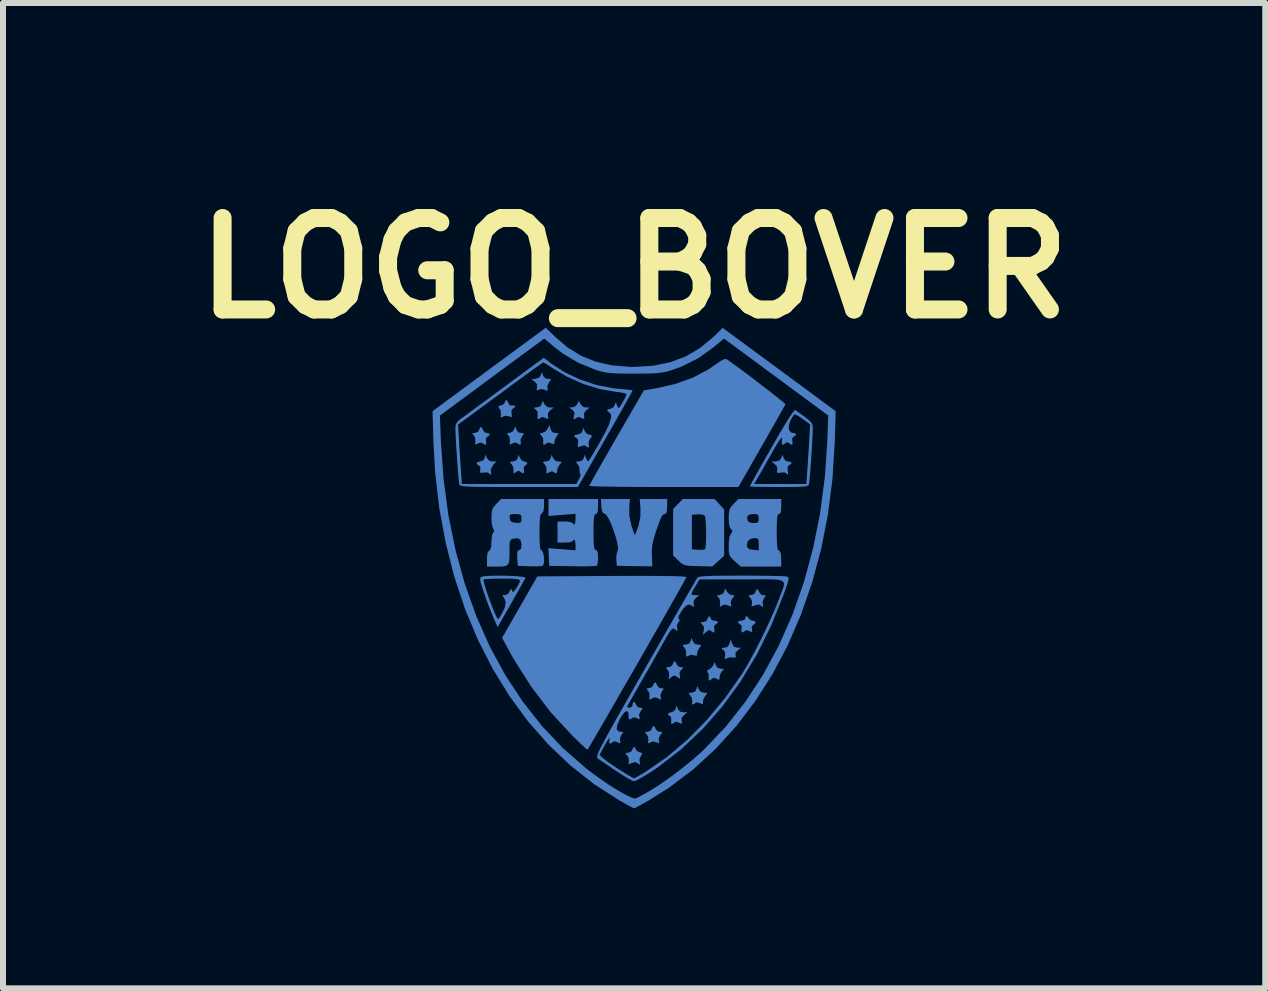
<source format=kicad_pcb>
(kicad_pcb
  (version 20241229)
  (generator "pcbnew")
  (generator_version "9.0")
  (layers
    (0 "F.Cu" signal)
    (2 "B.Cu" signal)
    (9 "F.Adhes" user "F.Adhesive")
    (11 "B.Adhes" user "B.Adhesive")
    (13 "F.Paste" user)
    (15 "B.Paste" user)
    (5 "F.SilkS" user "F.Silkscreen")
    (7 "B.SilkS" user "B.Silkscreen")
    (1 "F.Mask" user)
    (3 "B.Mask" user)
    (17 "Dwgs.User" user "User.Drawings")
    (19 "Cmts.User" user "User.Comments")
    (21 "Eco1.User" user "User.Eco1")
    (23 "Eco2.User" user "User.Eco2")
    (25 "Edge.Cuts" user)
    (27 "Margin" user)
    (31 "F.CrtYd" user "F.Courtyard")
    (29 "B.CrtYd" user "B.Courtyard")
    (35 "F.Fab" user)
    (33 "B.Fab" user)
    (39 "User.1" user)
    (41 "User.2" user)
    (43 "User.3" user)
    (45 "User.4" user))
  (footprint "LOGO_BOVER"
    (layer "F.Cu")
    (at 7.518 6.418)
    (property "Reference" "LOGO_BOVER" (at 0 -5 0) (layer "F.SilkS") (effects (font (size 1.524 1.524) (thickness 0.3))))
    (attr board_only exclude_from_pos_files exclude_from_bom)
    (fp_poly (pts (xy -1.516 -3.209) (xy -1.482 -3.163) (xy -1.433 -3.153) (xy -1.389 -3.15) (xy -1.388 -3.134) (xy -1.413 -3.104) (xy -1.444 -3.045) (xy -1.444 -3.004) (xy -1.441 -2.961) (xy -1.466 -2.958) (xy -1.5 -2.977) (xy -1.555 -2.984) (xy -1.585 -2.973) (xy -1.62 -2.96) (xy -1.624 -2.981) (xy -1.618 -3.006) (xy -1.62 -3.064) (xy -1.658 -3.109) (xy -1.714 -3.152) (xy -1.649 -3.153) (xy -1.585 -3.174) (xy -1.559 -3.209) (xy -1.534 -3.266)) (stroke (width 0) (type solid)) (fill yes) (layer "B.Cu"))
    (fp_poly (pts (xy -1.496 -2.734) (xy -1.448 -2.686) (xy -1.404 -2.677) (xy -1.339 -2.677) (xy -1.395 -2.633) (xy -1.435 -2.584) (xy -1.435 -2.531) (xy -1.428 -2.49) (xy -1.446 -2.487) (xy -1.475 -2.502) (xy -1.529 -2.519) (xy -1.559 -2.505) (xy -1.596 -2.479) (xy -1.611 -2.498) (xy -1.607 -2.544) (xy -1.611 -2.61) (xy -1.64 -2.644) (xy -1.669 -2.668) (xy -1.656 -2.677) (xy -1.622 -2.678) (xy -1.564 -2.694) (xy -1.541 -2.734) (xy -1.524 -2.79)) (stroke (width 0) (type solid)) (fill yes) (layer "B.Cu"))
    (fp_poly (pts (xy -0.893 -2.733) (xy -0.848 -2.686) (xy -0.803 -2.677) (xy -0.738 -2.677) (xy -0.794 -2.633) (xy -0.834 -2.584) (xy -0.834 -2.531) (xy -0.827 -2.49) (xy -0.845 -2.487) (xy -0.875 -2.502) (xy -0.929 -2.519) (xy -0.959 -2.505) (xy -0.997 -2.478) (xy -1.012 -2.494) (xy -1.001 -2.539) (xy -0.992 -2.592) (xy -1.02 -2.63) (xy -1.032 -2.639) (xy -1.087 -2.678) (xy -1.032 -2.678) (xy -0.978 -2.699) (xy -0.948 -2.733) (xy -0.918 -2.789)) (stroke (width 0) (type solid)) (fill yes) (layer "B.Cu"))
    (fp_poly (pts (xy -2.452 -1.833) (xy -2.412 -1.787) (xy -2.361 -1.777) (xy -2.294 -1.777) (xy -2.347 -1.72) (xy -2.387 -1.652) (xy -2.386 -1.607) (xy -2.381 -1.561) (xy -2.396 -1.555) (xy -2.416 -1.579) (xy -2.452 -1.595) (xy -2.506 -1.592) (xy -2.556 -1.586) (xy -2.569 -1.603) (xy -2.563 -1.636) (xy -2.564 -1.69) (xy -2.588 -1.71) (xy -2.624 -1.737) (xy -2.617 -1.764) (xy -2.569 -1.777) (xy -2.568 -1.777) (xy -2.512 -1.796) (xy -2.492 -1.833) (xy -2.475 -1.889)) (stroke (width 0) (type solid)) (fill yes) (layer "B.Cu"))
    (fp_poly (pts (xy -1.963 -2.309) (xy -1.93 -2.262) (xy -1.883 -2.252) (xy -1.839 -2.249) (xy -1.839 -2.232) (xy -1.863 -2.204) (xy -1.893 -2.141) (xy -1.89 -2.104) (xy -1.887 -2.061) (xy -1.912 -2.056) (xy -1.944 -2.079) (xy -1.982 -2.093) (xy -2.028 -2.077) (xy -2.068 -2.059) (xy -2.076 -2.075) (xy -2.069 -2.105) (xy -2.074 -2.176) (xy -2.094 -2.208) (xy -2.12 -2.241) (xy -2.106 -2.251) (xy -2.08 -2.252) (xy -2.025 -2.275) (xy -2.002 -2.309) (xy -1.98 -2.365)) (stroke (width 0) (type solid)) (fill yes) (layer "B.Cu"))
    (fp_poly (pts (xy -1.901 -1.833) (xy -1.863 -1.788) (xy -1.828 -1.777) (xy -1.785 -1.763) (xy -1.782 -1.734) (xy -1.814 -1.711) (xy -1.84 -1.678) (xy -1.836 -1.637) (xy -1.835 -1.588) (xy -1.86 -1.58) (xy -1.897 -1.607) (xy -1.931 -1.624) (xy -1.957 -1.607) (xy -1.997 -1.578) (xy -2.013 -1.593) (xy -2.009 -1.627) (xy -2.015 -1.687) (xy -2.04 -1.728) (xy -2.069 -1.763) (xy -2.059 -1.775) (xy -2.021 -1.777) (xy -1.964 -1.794) (xy -1.941 -1.833) (xy -1.924 -1.889)) (stroke (width 0) (type solid)) (fill yes) (layer "B.Cu"))
    (fp_poly (pts (xy -1.351 -1.833) (xy -1.31 -1.787) (xy -1.261 -1.777) (xy -1.215 -1.775) (xy -1.211 -1.759) (xy -1.241 -1.724) (xy -1.274 -1.669) (xy -1.281 -1.624) (xy -1.289 -1.584) (xy -1.317 -1.58) (xy -1.339 -1.602) (xy -1.372 -1.613) (xy -1.401 -1.602) (xy -1.45 -1.58) (xy -1.465 -1.589) (xy -1.458 -1.627) (xy -1.465 -1.687) (xy -1.49 -1.728) (xy -1.519 -1.763) (xy -1.508 -1.775) (xy -1.471 -1.777) (xy -1.414 -1.794) (xy -1.391 -1.833) (xy -1.374 -1.889)) (stroke (width 0) (type solid)) (fill yes) (layer "B.Cu"))
    (fp_poly (pts (xy 0.728 2.346) (xy 0.765 2.392) (xy 0.819 2.403) (xy 0.888 2.403) (xy 0.833 2.447) (xy 0.792 2.496) (xy 0.792 2.549) (xy 0.8 2.59) (xy 0.781 2.593) (xy 0.752 2.578) (xy 0.698 2.561) (xy 0.668 2.575) (xy 0.631 2.601) (xy 0.616 2.582) (xy 0.619 2.54) (xy 0.616 2.483) (xy 0.591 2.463) (xy 0.564 2.439) (xy 0.577 2.414) (xy 0.623 2.402) (xy 0.625 2.402) (xy 0.67 2.381) (xy 0.69 2.346) (xy 0.708 2.291)) (stroke (width 0) (type solid)) (fill yes) (layer "B.Cu"))
    (fp_poly (pts (xy 0.979 1.22) (xy 1.016 1.266) (xy 1.067 1.276) (xy 1.113 1.279) (xy 1.115 1.295) (xy 1.092 1.322) (xy 1.059 1.38) (xy 1.051 1.423) (xy 1.044 1.462) (xy 1.016 1.459) (xy 1.006 1.454) (xy 0.947 1.444) (xy 0.925 1.453) (xy 0.879 1.474) (xy 0.864 1.458) (xy 0.869 1.426) (xy 0.862 1.366) (xy 0.838 1.325) (xy 0.809 1.29) (xy 0.82 1.278) (xy 0.858 1.276) (xy 0.916 1.259) (xy 0.94 1.22) (xy 0.958 1.164)) (stroke (width 0) (type solid)) (fill yes) (layer "B.Cu"))
    (fp_poly (pts (xy 1.077 2.021) (xy 1.117 2.067) (xy 1.167 2.077) (xy 1.213 2.079) (xy 1.216 2.094) (xy 1.186 2.13) (xy 1.154 2.185) (xy 1.147 2.232) (xy 1.147 2.265) (xy 1.123 2.263) (xy 1.1 2.252) (xy 1.047 2.236) (xy 1.018 2.25) (xy 0.98 2.276) (xy 0.964 2.259) (xy 0.969 2.226) (xy 0.963 2.166) (xy 0.938 2.126) (xy 0.909 2.09) (xy 0.919 2.078) (xy 0.957 2.077) (xy 1.014 2.06) (xy 1.037 2.021) (xy 1.054 1.964)) (stroke (width 0) (type solid)) (fill yes) (layer "B.Cu"))
    (fp_poly (pts (xy 1.362 1.62) (xy 1.396 1.666) (xy 1.447 1.677) (xy 1.492 1.681) (xy 1.492 1.694) (xy 1.47 1.711) (xy 1.437 1.761) (xy 1.426 1.811) (xy 1.422 1.856) (xy 1.402 1.86) (xy 1.377 1.846) (xy 1.331 1.828) (xy 1.297 1.846) (xy 1.257 1.875) (xy 1.24 1.861) (xy 1.244 1.827) (xy 1.242 1.769) (xy 1.228 1.741) (xy 1.214 1.71) (xy 1.245 1.691) (xy 1.246 1.691) (xy 1.294 1.657) (xy 1.319 1.62) (xy 1.344 1.564)) (stroke (width 0) (type solid)) (fill yes) (layer "B.Cu"))
    (fp_poly (pts (xy 2.492 -1.833) (xy 2.526 -1.786) (xy 2.568 -1.777) (xy 2.617 -1.766) (xy 2.624 -1.742) (xy 2.587 -1.716) (xy 2.559 -1.69) (xy 2.56 -1.633) (xy 2.561 -1.626) (xy 2.569 -1.568) (xy 2.56 -1.553) (xy 2.538 -1.579) (xy 2.503 -1.595) (xy 2.446 -1.592) (xy 2.395 -1.585) (xy 2.38 -1.6) (xy 2.386 -1.633) (xy 2.383 -1.69) (xy 2.346 -1.732) (xy 2.29 -1.776) (xy 2.359 -1.776) (xy 2.423 -1.794) (xy 2.452 -1.833) (xy 2.475 -1.889)) (stroke (width 0) (type solid)) (fill yes) (layer "B.Cu"))
    (fp_poly (pts (xy -1.392 -2.318) (xy -1.366 -2.267) (xy -1.314 -2.252) (xy -1.309 -2.252) (xy -1.264 -2.249) (xy -1.263 -2.233) (xy -1.285 -2.206) (xy -1.318 -2.148) (xy -1.326 -2.105) (xy -1.332 -2.067) (xy -1.359 -2.068) (xy -1.379 -2.078) (xy -1.431 -2.094) (xy -1.459 -2.079) (xy -1.499 -2.053) (xy -1.518 -2.068) (xy -1.513 -2.104) (xy -1.518 -2.169) (xy -1.541 -2.204) (xy -1.569 -2.239) (xy -1.561 -2.251) (xy -1.531 -2.252) (xy -1.478 -2.275) (xy -1.443 -2.318) (xy -1.409 -2.385)) (stroke (width 0) (type solid)) (fill yes) (layer "B.Cu"))
    (fp_poly (pts (xy 1.549 0.395) (xy 1.591 0.438) (xy 1.631 0.45) (xy 1.667 0.453) (xy 1.665 0.471) (xy 1.641 0.499) (xy 1.61 0.562) (xy 1.614 0.599) (xy 1.621 0.634) (xy 1.602 0.637) (xy 1.567 0.622) (xy 1.51 0.606) (xy 1.466 0.624) (xy 1.46 0.628) (xy 1.431 0.648) (xy 1.427 0.631) (xy 1.434 0.602) (xy 1.43 0.528) (xy 1.409 0.495) (xy 1.383 0.462) (xy 1.397 0.451) (xy 1.423 0.45) (xy 1.478 0.428) (xy 1.499 0.395) (xy 1.519 0.34)) (stroke (width 0) (type solid)) (fill yes) (layer "B.Cu"))
    (fp_poly (pts (xy 1.632 1.257) (xy 1.664 1.311) (xy 1.719 1.326) (xy 1.722 1.326) (xy 1.788 1.326) (xy 1.731 1.366) (xy 1.69 1.412) (xy 1.691 1.456) (xy 1.695 1.492) (xy 1.668 1.494) (xy 1.655 1.49) (xy 1.592 1.488) (xy 1.552 1.501) (xy 1.516 1.516) (xy 1.509 1.499) (xy 1.516 1.464) (xy 1.517 1.402) (xy 1.486 1.363) (xy 1.456 1.338) (xy 1.468 1.329) (xy 1.505 1.327) (xy 1.559 1.313) (xy 1.587 1.265) (xy 1.589 1.257) (xy 1.608 1.189)) (stroke (width 0) (type solid)) (fill yes) (layer "B.Cu"))
    (fp_poly (pts (xy -2.532 -2.332) (xy -2.52 -2.302) (xy -2.487 -2.26) (xy -2.455 -2.252) (xy -2.41 -2.24) (xy -2.408 -2.214) (xy -2.443 -2.192) (xy -2.471 -2.163) (xy -2.467 -2.114) (xy -2.464 -2.064) (xy -2.486 -2.055) (xy -2.52 -2.079) (xy -2.558 -2.093) (xy -2.604 -2.077) (xy -2.644 -2.059) (xy -2.651 -2.075) (xy -2.645 -2.105) (xy -2.65 -2.176) (xy -2.67 -2.208) (xy -2.696 -2.241) (xy -2.681 -2.251) (xy -2.654 -2.252) (xy -2.601 -2.272) (xy -2.585 -2.302) (xy -2.566 -2.343) (xy -2.553 -2.352)) (stroke (width 0) (type solid)) (fill yes) (layer "B.Cu"))
    (fp_poly (pts (xy -0.823 -2.283) (xy -0.786 -2.237) (xy -0.752 -2.227) (xy -0.708 -2.215) (xy -0.708 -2.184) (xy -0.735 -2.155) (xy -0.757 -2.107) (xy -0.756 -2.058) (xy -0.75 -2.012) (xy -0.762 -2.007) (xy -0.785 -2.024) (xy -0.831 -2.046) (xy -0.888 -2.032) (xy -0.888 -2.032) (xy -0.93 -2.016) (xy -0.942 -2.03) (xy -0.935 -2.078) (xy -0.932 -2.137) (xy -0.958 -2.166) (xy -0.96 -2.167) (xy -0.998 -2.193) (xy -0.989 -2.217) (xy -0.94 -2.227) (xy -0.883 -2.247) (xy -0.861 -2.283) (xy -0.844 -2.339)) (stroke (width 0) (type solid)) (fill yes) (layer "B.Cu"))
    (fp_poly (pts (xy 0.346 2.648) (xy 0.358 2.678) (xy 0.391 2.72) (xy 0.427 2.728) (xy 0.465 2.731) (xy 0.464 2.748) (xy 0.44 2.776) (xy 0.409 2.84) (xy 0.413 2.878) (xy 0.421 2.916) (xy 0.401 2.916) (xy 0.378 2.904) (xy 0.316 2.889) (xy 0.273 2.904) (xy 0.236 2.92) (xy 0.231 2.902) (xy 0.238 2.878) (xy 0.234 2.811) (xy 0.211 2.776) (xy 0.183 2.741) (xy 0.192 2.729) (xy 0.224 2.728) (xy 0.276 2.708) (xy 0.293 2.678) (xy 0.312 2.637) (xy 0.325 2.628)) (stroke (width 0) (type solid)) (fill yes) (layer "B.Cu"))
    (fp_poly (pts (xy -2.118 -2.795) (xy -2.096 -2.755) (xy -2.094 -2.749) (xy -2.07 -2.71) (xy -2.028 -2.71) (xy -1.986 -2.709) (xy -1.98 -2.687) (xy -2.015 -2.661) (xy -2.017 -2.661) (xy -2.044 -2.632) (xy -2.042 -2.573) (xy -2.036 -2.525) (xy -2.049 -2.515) (xy -2.078 -2.528) (xy -2.14 -2.54) (xy -2.181 -2.526) (xy -2.219 -2.509) (xy -2.226 -2.528) (xy -2.219 -2.555) (xy -2.223 -2.624) (xy -2.242 -2.655) (xy -2.264 -2.687) (xy -2.247 -2.704) (xy -2.216 -2.713) (xy -2.168 -2.737) (xy -2.152 -2.766) (xy -2.141 -2.799)) (stroke (width 0) (type solid)) (fill yes) (layer "B.Cu"))
    (fp_poly (pts (xy 0.025 3.013) (xy 0.025 3.015) (xy 0.046 3.048) (xy 0.089 3.068) (xy 0.132 3.083) (xy 0.132 3.104) (xy 0.115 3.126) (xy 0.089 3.189) (xy 0.093 3.229) (xy 0.101 3.271) (xy 0.087 3.272) (xy 0.066 3.256) (xy 0.022 3.234) (xy -0.032 3.246) (xy -0.04 3.25) (xy -0.084 3.267) (xy -0.095 3.255) (xy -0.087 3.227) (xy -0.091 3.162) (xy -0.114 3.126) (xy -0.143 3.091) (xy -0.133 3.079) (xy -0.102 3.078) (xy -0.049 3.058) (xy -0.032 3.028) (xy -0.011 2.987) (xy 0.013 2.981)) (stroke (width 0) (type solid)) (fill yes) (layer "B.Cu"))
    (fp_poly (pts (xy 0.371 1.923) (xy 0.383 1.952) (xy 0.416 1.994) (xy 0.452 2.002) (xy 0.491 2.005) (xy 0.487 2.024) (xy 0.468 2.047) (xy 0.439 2.112) (xy 0.442 2.149) (xy 0.45 2.189) (xy 0.432 2.19) (xy 0.404 2.174) (xy 0.354 2.153) (xy 0.306 2.168) (xy 0.297 2.174) (xy 0.259 2.194) (xy 0.251 2.179) (xy 0.258 2.149) (xy 0.253 2.078) (xy 0.233 2.047) (xy 0.207 2.013) (xy 0.221 2.003) (xy 0.249 2.002) (xy 0.301 1.982) (xy 0.318 1.952) (xy 0.337 1.911) (xy 0.35 1.902)) (stroke (width 0) (type solid)) (fill yes) (layer "B.Cu"))
    (fp_poly (pts (xy 0.697 1.572) (xy 0.708 1.602) (xy 0.742 1.644) (xy 0.78 1.652) (xy 0.82 1.656) (xy 0.815 1.67) (xy 0.791 1.689) (xy 0.758 1.734) (xy 0.761 1.79) (xy 0.77 1.836) (xy 0.756 1.839) (xy 0.722 1.817) (xy 0.677 1.792) (xy 0.643 1.8) (xy 0.617 1.821) (xy 0.582 1.849) (xy 0.575 1.838) (xy 0.583 1.803) (xy 0.579 1.729) (xy 0.558 1.696) (xy 0.533 1.663) (xy 0.547 1.652) (xy 0.574 1.652) (xy 0.627 1.632) (xy 0.643 1.602) (xy 0.662 1.561) (xy 0.676 1.552)) (stroke (width 0) (type solid)) (fill yes) (layer "B.Cu"))
    (fp_poly (pts (xy 1.902 0.821) (xy 1.911 0.838) (xy 1.945 0.869) (xy 1.976 0.876) (xy 2.019 0.889) (xy 2.022 0.918) (xy 1.988 0.943) (xy 1.96 0.974) (xy 1.963 1.018) (xy 1.97 1.06) (xy 1.951 1.063) (xy 1.925 1.05) (xy 1.873 1.034) (xy 1.844 1.049) (xy 1.804 1.075) (xy 1.787 1.057) (xy 1.791 1.014) (xy 1.793 0.959) (xy 1.767 0.936) (xy 1.73 0.91) (xy 1.738 0.886) (xy 1.788 0.876) (xy 1.789 0.876) (xy 1.84 0.863) (xy 1.852 0.838) (xy 1.864 0.805) (xy 1.874 0.801)) (stroke (width 0) (type solid)) (fill yes) (layer "B.Cu"))
    (fp_poly (pts (xy 2.073 0.371) (xy 2.084 0.4) (xy 2.118 0.443) (xy 2.154 0.45) (xy 2.192 0.454) (xy 2.189 0.473) (xy 2.169 0.495) (xy 2.141 0.561) (xy 2.145 0.602) (xy 2.153 0.643) (xy 2.139 0.644) (xy 2.118 0.628) (xy 2.074 0.606) (xy 2.02 0.619) (xy 2.012 0.622) (xy 1.968 0.639) (xy 1.957 0.628) (xy 1.965 0.599) (xy 1.961 0.534) (xy 1.938 0.499) (xy 1.909 0.463) (xy 1.919 0.452) (xy 1.95 0.45) (xy 2.003 0.43) (xy 2.02 0.4) (xy 2.038 0.36) (xy 2.052 0.35)) (stroke (width 0) (type solid)) (fill yes) (layer "B.Cu"))
    (fp_poly (pts (xy 1.276 0.837) (xy 1.276 0.838) (xy 1.298 0.869) (xy 1.339 0.876) (xy 1.389 0.886) (xy 1.398 0.91) (xy 1.362 0.935) (xy 1.361 0.936) (xy 1.333 0.965) (xy 1.337 1.014) (xy 1.34 1.064) (xy 1.317 1.073) (xy 1.282 1.047) (xy 1.25 1.033) (xy 1.208 1.057) (xy 1.198 1.065) (xy 1.144 1.114) (xy 1.161 1.042) (xy 1.165 0.979) (xy 1.134 0.937) (xy 1.134 0.937) (xy 1.105 0.911) (xy 1.119 0.903) (xy 1.147 0.902) (xy 1.202 0.882) (xy 1.219 0.851) (xy 1.24 0.81) (xy 1.264 0.804)) (stroke (width 0) (type solid)) (fill yes) (layer "B.Cu"))
    (fp_poly (pts (xy 0.651 -0.986) (xy 0.651 -0.21) (xy 0.739 -0.124) (xy 0.782 -0.084) (xy 0.82 -0.059) (xy 0.867 -0.044) (xy 0.934 -0.037) (xy 1.035 -0.034) (xy 1.066 -0.033) (xy 1.304 -0.027) (xy 1.501 -0.206) (xy 1.501 -0.56) (xy 1.2 -0.56) (xy 1.199 -0.46) (xy 1.195 -0.378) (xy 1.188 -0.326) (xy 1.183 -0.316) (xy 1.149 -0.306) (xy 1.086 -0.304) (xy 1.064 -0.305) (xy 0.963 -0.313) (xy 0.963 -0.888) (xy 1.061 -0.896) (xy 1.138 -0.893) (xy 1.179 -0.871) (xy 1.189 -0.833) (xy 1.195 -0.76) (xy 1.199 -0.665) (xy 1.2 -0.56) (xy 1.501 -0.56) (xy 1.501 -0.977) (xy 1.422 -1.064) (xy 1.343 -1.151) (xy 0.811 -1.151)) (stroke (width 0) (type solid)) (fill yes) (layer "B.Cu"))
    (fp_poly (pts (xy 0.421 0.131) (xy 0.592 0.133) (xy 0.721 0.136) (xy 0.809 0.14) (xy 0.858 0.146) (xy 0.871 0.152) (xy 0.856 0.181) (xy 0.82 0.248) (xy 0.763 0.349) (xy 0.689 0.48) (xy 0.601 0.636) (xy 0.501 0.812) (xy 0.391 1.006) (xy 0.273 1.211) (xy 0.152 1.424) (xy 0.028 1.64) (xy -0.096 1.855) (xy -0.217 2.065) (xy -0.332 2.265) (xy -0.439 2.451) (xy -0.536 2.619) (xy -0.62 2.763) (xy -0.689 2.881) (xy -0.739 2.966) (xy -0.77 3.016) (xy -0.777 3.027) (xy -0.799 3.011) (xy -0.85 2.965) (xy -0.922 2.897) (xy -1.009 2.813) (xy -1.038 2.784) (xy -1.395 2.397) (xy -1.719 1.971) (xy -2.01 1.51) (xy -2.085 1.375) (xy -2.2 1.162) (xy -1.906 0.65) (xy -1.612 0.138) (xy -0.366 0.131) (xy -0.056 0.13) (xy 0.206 0.13)) (stroke (width 0) (type solid)) (fill yes) (layer "B.Cu"))
    (fp_poly (pts (xy 1.584 -3.453) (xy 1.662 -3.397) (xy 1.76 -3.325) (xy 1.873 -3.241) (xy 1.994 -3.149) (xy 2.116 -3.056) (xy 2.233 -2.966) (xy 2.338 -2.884) (xy 2.426 -2.814) (xy 2.488 -2.763) (xy 2.52 -2.734) (xy 2.523 -2.73) (xy 2.509 -2.704) (xy 2.473 -2.64) (xy 2.419 -2.544) (xy 2.349 -2.42) (xy 2.266 -2.275) (xy 2.174 -2.113) (xy 2.127 -2.031) (xy 1.739 -1.352) (xy 0.494 -1.352) (xy 0.25 -1.352) (xy 0.022 -1.353) (xy -0.186 -1.354) (xy -0.368 -1.357) (xy -0.52 -1.359) (xy -0.637 -1.362) (xy -0.715 -1.366) (xy -0.748 -1.369) (xy -0.749 -1.37) (xy -0.736 -1.395) (xy -0.701 -1.459) (xy -0.647 -1.556) (xy -0.576 -1.681) (xy -0.491 -1.83) (xy -0.395 -1.997) (xy -0.292 -2.176) (xy 0.163 -2.963) (xy 0.363 -2.996) (xy 0.685 -3.068) (xy 0.979 -3.174) (xy 1.24 -3.311) (xy 1.371 -3.403) (xy 1.448 -3.455) (xy 1.506 -3.484) (xy 1.534 -3.486)) (stroke (width 0) (type solid)) (fill yes) (layer "B.Cu"))
    (fp_poly (pts (xy 0.106 -0.995) (xy 0.104 -0.845) (xy 0.072 -0.703) (xy 0.069 -0.694) (xy 0.042 -0.619) (xy 0.022 -0.567) (xy 0.013 -0.551) (xy 0.002 -0.572) (xy -0.019 -0.63) (xy -0.044 -0.707) (xy -0.079 -0.865) (xy -0.081 -1.007) (xy -0.069 -1.151) (xy -0.553 -1.151) (xy -0.546 -1.032) (xy -0.537 -0.957) (xy -0.519 -0.92) (xy -0.488 -0.906) (xy -0.457 -0.88) (xy -0.42 -0.816) (xy -0.379 -0.727) (xy -0.34 -0.623) (xy -0.305 -0.516) (xy -0.28 -0.418) (xy -0.267 -0.34) (xy -0.271 -0.293) (xy -0.273 -0.29) (xy -0.29 -0.244) (xy -0.297 -0.172) (xy -0.296 -0.146) (xy -0.288 -0.038) (xy 0.008 -0.033) (xy 0.304 -0.029) (xy 0.297 -0.208) (xy 0.296 -0.304) (xy 0.305 -0.391) (xy 0.326 -0.486) (xy 0.363 -0.606) (xy 0.376 -0.644) (xy 0.418 -0.764) (xy 0.45 -0.842) (xy 0.477 -0.886) (xy 0.502 -0.901) (xy 0.506 -0.901) (xy 0.533 -0.909) (xy 0.546 -0.943) (xy 0.55 -1.013) (xy 0.551 -1.026) (xy 0.551 -1.151) (xy 0.094 -1.151)) (stroke (width 0) (type solid)) (fill yes) (layer "B.Cu"))
    (fp_poly (pts (xy -1.426 -0.869) (xy -1.201 -0.887) (xy -0.976 -0.905) (xy -0.976 -0.815) (xy -0.982 -0.757) (xy -0.997 -0.727) (xy -1.001 -0.726) (xy -1.025 -0.745) (xy -1.026 -0.751) (xy -1.049 -0.765) (xy -1.106 -0.774) (xy -1.151 -0.776) (xy -1.276 -0.776) (xy -1.276 -0.425) (xy -1.151 -0.425) (xy -1.08 -0.43) (xy -1.034 -0.441) (xy -1.026 -0.45) (xy -1.007 -0.475) (xy -1.001 -0.475) (xy -0.985 -0.453) (xy -0.976 -0.399) (xy -0.976 -0.386) (xy -0.976 -0.297) (xy -1.429 -0.332) (xy -1.421 -0.185) (xy -1.414 -0.038) (xy -1.025 -0.031) (xy -0.89 -0.029) (xy -0.773 -0.03) (xy -0.683 -0.033) (xy -0.629 -0.038) (xy -0.618 -0.041) (xy -0.608 -0.074) (xy -0.602 -0.139) (xy -0.601 -0.179) (xy -0.605 -0.257) (xy -0.62 -0.293) (xy -0.638 -0.3) (xy -0.654 -0.308) (xy -0.665 -0.336) (xy -0.672 -0.391) (xy -0.675 -0.482) (xy -0.676 -0.601) (xy -0.675 -0.73) (xy -0.671 -0.817) (xy -0.664 -0.87) (xy -0.653 -0.895) (xy -0.638 -0.901) (xy -0.615 -0.914) (xy -0.603 -0.961) (xy -0.601 -1.026) (xy -0.601 -1.151) (xy -1.426 -1.151)) (stroke (width 0) (type solid)) (fill yes) (layer "B.Cu"))
    (fp_poly (pts (xy -2.11 0.128) (xy -2 0.133) (xy -1.907 0.14) (xy -1.84 0.149) (xy -1.811 0.16) (xy -1.811 0.163) (xy -1.827 0.194) (xy -1.863 0.26) (xy -1.916 0.355) (xy -1.982 0.471) (xy -2.049 0.589) (xy -2.274 0.984) (xy -2.34 0.836) (xy -2.377 0.747) (xy -2.423 0.63) (xy -2.47 0.502) (xy -2.496 0.429) (xy -2.535 0.312) (xy -2.558 0.233) (xy -2.565 0.19) (xy -2.509 0.19) (xy -2.508 0.219) (xy -2.491 0.284) (xy -2.463 0.373) (xy -2.428 0.477) (xy -2.388 0.586) (xy -2.348 0.688) (xy -2.313 0.773) (xy -2.284 0.831) (xy -2.268 0.851) (xy -2.25 0.832) (xy -2.218 0.784) (xy -2.209 0.769) (xy -2.154 0.655) (xy -2.139 0.566) (xy -2.164 0.501) (xy -2.167 0.498) (xy -2.195 0.463) (xy -2.184 0.451) (xy -2.154 0.45) (xy -2.101 0.43) (xy -2.084 0.4) (xy -2.062 0.358) (xy -2.038 0.355) (xy -2.026 0.394) (xy -2.026 0.394) (xy -2.016 0.4) (xy -1.99 0.374) (xy -1.958 0.329) (xy -1.927 0.276) (xy -1.906 0.229) (xy -1.902 0.206) (xy -1.916 0.192) (xy -1.962 0.183) (xy -2.046 0.177) (xy -2.172 0.175) (xy -2.198 0.175) (xy -2.315 0.176) (xy -2.413 0.18) (xy -2.481 0.184) (xy -2.509 0.19) (xy -2.565 0.19) (xy -2.565 0.184) (xy -2.56 0.157) (xy -2.55 0.147) (xy -2.511 0.137) (xy -2.437 0.13) (xy -2.339 0.127) (xy -2.227 0.126)) (stroke (width 0) (type solid)) (fill yes) (layer "B.Cu"))
    (fp_poly (pts (xy 1.657 -1.069) (xy 1.611 -1.016) (xy 1.587 -0.967) (xy 1.578 -0.901) (xy 1.577 -0.834) (xy 1.582 -0.729) (xy 1.601 -0.667) (xy 1.615 -0.65) (xy 1.64 -0.621) (xy 1.627 -0.591) (xy 1.615 -0.576) (xy 1.589 -0.52) (xy 1.578 -0.422) (xy 1.577 -0.37) (xy 1.578 -0.28) (xy 1.588 -0.222) (xy 1.612 -0.179) (xy 1.659 -0.132) (xy 1.677 -0.116) (xy 1.777 -0.025) (xy 2.452 -0.025) (xy 2.452 -0.151) (xy 2.446 -0.238) (xy 2.427 -0.283) (xy 2.415 -0.291) (xy 2.408 -0.297) (xy 2.077 -0.297) (xy 1.983 -0.305) (xy 1.918 -0.316) (xy 1.889 -0.343) (xy 1.881 -0.37) (xy 1.891 -0.443) (xy 1.94 -0.488) (xy 2.005 -0.5) (xy 2.051 -0.496) (xy 2.072 -0.474) (xy 2.077 -0.42) (xy 2.077 -0.399) (xy 2.077 -0.297) (xy 2.408 -0.297) (xy 2.398 -0.307) (xy 2.387 -0.343) (xy 2.381 -0.408) (xy 2.378 -0.509) (xy 2.377 -0.603) (xy 2.378 -0.732) (xy 2.382 -0.819) (xy 2.383 -0.826) (xy 2.077 -0.826) (xy 2.072 -0.775) (xy 2.047 -0.754) (xy 1.991 -0.751) (xy 1.925 -0.76) (xy 1.893 -0.792) (xy 1.889 -0.801) (xy 1.884 -0.859) (xy 1.917 -0.891) (xy 1.991 -0.901) (xy 2.049 -0.897) (xy 2.073 -0.875) (xy 2.077 -0.826) (xy 2.383 -0.826) (xy 2.389 -0.87) (xy 2.4 -0.895) (xy 2.415 -0.901) (xy 2.438 -0.914) (xy 2.45 -0.961) (xy 2.452 -1.026) (xy 2.452 -1.151) (xy 1.737 -1.151)) (stroke (width 0) (type solid)) (fill yes) (layer "B.Cu"))
    (fp_poly (pts (xy -2.297 -1.069) (xy -2.343 -1.016) (xy -2.367 -0.966) (xy -2.376 -0.899) (xy -2.377 -0.836) (xy -2.373 -0.749) (xy -2.36 -0.683) (xy -2.347 -0.656) (xy -2.33 -0.622) (xy -2.347 -0.596) (xy -2.365 -0.555) (xy -2.375 -0.483) (xy -2.377 -0.436) (xy -2.383 -0.348) (xy -2.401 -0.301) (xy -2.415 -0.291) (xy -2.44 -0.262) (xy -2.451 -0.193) (xy -2.452 -0.151) (xy -2.452 -0.025) (xy -2.304 -0.025) (xy -2.199 -0.026) (xy -2.133 -0.037) (xy -2.096 -0.066) (xy -2.081 -0.123) (xy -2.077 -0.216) (xy -2.077 -0.265) (xy -2.076 -0.367) (xy -2.072 -0.431) (xy -2.061 -0.465) (xy -2.041 -0.482) (xy -2.015 -0.49) (xy -1.937 -0.497) (xy -1.893 -0.468) (xy -1.877 -0.399) (xy -1.877 -0.389) (xy -1.884 -0.324) (xy -1.909 -0.301) (xy -1.916 -0.3) (xy -1.938 -0.29) (xy -1.948 -0.253) (xy -1.948 -0.179) (xy -1.947 -0.169) (xy -1.939 -0.038) (xy -1.738 -0.03) (xy -1.642 -0.029) (xy -1.566 -0.032) (xy -1.523 -0.039) (xy -1.519 -0.041) (xy -1.503 -0.082) (xy -1.5 -0.147) (xy -1.507 -0.217) (xy -1.523 -0.272) (xy -1.539 -0.291) (xy -1.556 -0.307) (xy -1.567 -0.343) (xy -1.573 -0.408) (xy -1.576 -0.51) (xy -1.577 -0.601) (xy -1.575 -0.731) (xy -1.571 -0.819) (xy -1.571 -0.824) (xy -1.877 -0.824) (xy -1.881 -0.775) (xy -1.901 -0.755) (xy -1.954 -0.754) (xy -1.971 -0.755) (xy -2.034 -0.766) (xy -2.063 -0.79) (xy -2.072 -0.832) (xy -2.074 -0.876) (xy -2.055 -0.896) (xy -2.003 -0.901) (xy -1.979 -0.901) (xy -1.914 -0.898) (xy -1.885 -0.883) (xy -1.877 -0.844) (xy -1.877 -0.824) (xy -1.571 -0.824) (xy -1.563 -0.874) (xy -1.55 -0.902) (xy -1.539 -0.91) (xy -1.512 -0.944) (xy -1.502 -1.02) (xy -1.501 -1.038) (xy -1.501 -1.151) (xy -2.217 -1.151)) (stroke (width 0) (type solid)) (fill yes) (layer "B.Cu"))
    (fp_poly (pts (xy 2.721 -2.61) (xy 2.782 -2.566) (xy 2.847 -2.519) (xy 2.919 -2.463) (xy 2.959 -2.42) (xy 2.975 -2.376) (xy 2.978 -2.331) (xy 2.976 -2.258) (xy 2.971 -2.154) (xy 2.964 -2.029) (xy 2.956 -1.892) (xy 2.946 -1.755) (xy 2.937 -1.626) (xy 2.927 -1.517) (xy 2.92 -1.437) (xy 2.913 -1.396) (xy 2.913 -1.395) (xy 2.905 -1.38) (xy 2.885 -1.369) (xy 2.848 -1.361) (xy 2.786 -1.356) (xy 2.694 -1.353) (xy 2.564 -1.352) (xy 2.413 -1.351) (xy 2.263 -1.352) (xy 2.132 -1.353) (xy 2.027 -1.355) (xy 1.957 -1.358) (xy 1.927 -1.361) (xy 1.927 -1.362) (xy 1.939 -1.385) (xy 1.948 -1.401) (xy 2.001 -1.401) (xy 2.871 -1.401) (xy 2.886 -1.62) (xy 2.895 -1.744) (xy 2.904 -1.894) (xy 2.914 -2.046) (xy 2.918 -2.116) (xy 2.934 -2.393) (xy 2.813 -2.483) (xy 2.745 -2.529) (xy 2.694 -2.557) (xy 2.671 -2.561) (xy 2.649 -2.533) (xy 2.616 -2.477) (xy 2.605 -2.457) (xy 2.577 -2.372) (xy 2.581 -2.304) (xy 2.614 -2.261) (xy 2.652 -2.252) (xy 2.696 -2.24) (xy 2.696 -2.214) (xy 2.662 -2.192) (xy 2.634 -2.163) (xy 2.638 -2.114) (xy 2.641 -2.064) (xy 2.619 -2.055) (xy 2.583 -2.082) (xy 2.548 -2.099) (xy 2.522 -2.082) (xy 2.48 -2.053) (xy 2.459 -2.069) (xy 2.463 -2.115) (xy 2.471 -2.166) (xy 2.458 -2.172) (xy 2.425 -2.133) (xy 2.37 -2.048) (xy 2.296 -1.92) (xy 2.23 -1.803) (xy 2.165 -1.686) (xy 2.108 -1.587) (xy 2.077 -1.533) (xy 2.001 -1.401) (xy 1.948 -1.401) (xy 1.972 -1.447) (xy 2.025 -1.541) (xy 2.093 -1.662) (xy 2.173 -1.804) (xy 2.264 -1.963) (xy 2.292 -2.012) (xy 2.412 -2.222) (xy 2.511 -2.388) (xy 2.587 -2.511) (xy 2.642 -2.591) (xy 2.676 -2.63) (xy 2.686 -2.634)) (stroke (width 0) (type solid)) (fill yes) (layer "B.Cu"))
    (fp_poly (pts (xy -1.372 -3.403) (xy -1.15 -3.26) (xy -0.897 -3.141) (xy -0.624 -3.051) (xy -0.347 -2.997) (xy -0.231 -2.985) (xy -0.137 -2.977) (xy -0.065 -2.969) (xy -0.028 -2.961) (xy -0.025 -2.959) (xy -0.037 -2.935) (xy -0.071 -2.873) (xy -0.125 -2.777) (xy -0.195 -2.652) (xy -0.279 -2.504) (xy -0.374 -2.336) (xy -0.478 -2.155) (xy -0.481 -2.149) (xy -0.937 -1.351) (xy -1.918 -1.351) (xy -2.166 -1.351) (xy -2.369 -1.352) (xy -2.531 -1.353) (xy -2.657 -1.355) (xy -2.751 -1.358) (xy -2.818 -1.362) (xy -2.864 -1.367) (xy -2.891 -1.375) (xy -2.906 -1.384) (xy -2.913 -1.394) (xy -2.913 -1.395) (xy -2.919 -1.434) (xy -2.926 -1.512) (xy -2.936 -1.621) (xy -2.945 -1.748) (xy -2.955 -1.886) (xy -2.964 -2.022) (xy -2.971 -2.148) (xy -2.976 -2.253) (xy -2.978 -2.326) (xy -2.978 -2.331) (xy -2.973 -2.387) (xy -2.971 -2.392) (xy -2.934 -2.392) (xy -2.918 -2.115) (xy -2.909 -1.972) (xy -2.899 -1.818) (xy -2.89 -1.678) (xy -2.886 -1.62) (xy -2.871 -1.401) (xy -1.917 -1.402) (xy -0.963 -1.402) (xy -0.918 -1.482) (xy -0.894 -1.536) (xy -0.893 -1.568) (xy -0.896 -1.571) (xy -0.911 -1.598) (xy -0.908 -1.629) (xy -0.914 -1.686) (xy -0.939 -1.728) (xy -0.968 -1.763) (xy -0.958 -1.775) (xy -0.92 -1.777) (xy -0.863 -1.794) (xy -0.84 -1.833) (xy -0.823 -1.889) (xy -0.8 -1.833) (xy -0.779 -1.79) (xy -0.766 -1.777) (xy -0.75 -1.797) (xy -0.714 -1.854) (xy -0.663 -1.939) (xy -0.602 -2.044) (xy -0.572 -2.096) (xy -0.48 -2.264) (xy -0.418 -2.396) (xy -0.386 -2.493) (xy -0.383 -2.557) (xy -0.409 -2.592) (xy -0.414 -2.594) (xy -0.448 -2.62) (xy -0.437 -2.645) (xy -0.4 -2.653) (xy -0.35 -2.675) (xy -0.327 -2.709) (xy -0.305 -2.765) (xy -0.282 -2.705) (xy -0.267 -2.673) (xy -0.252 -2.67) (xy -0.228 -2.701) (xy -0.192 -2.76) (xy -0.154 -2.829) (xy -0.13 -2.881) (xy -0.125 -2.897) (xy -0.148 -2.911) (xy -0.208 -2.925) (xy -0.293 -2.936) (xy -0.297 -2.937) (xy -0.569 -2.983) (xy -0.848 -3.069) (xy -1.12 -3.191) (xy -1.357 -3.331) (xy -1.43 -3.38) (xy -1.486 -3.414) (xy -1.513 -3.428) (xy -1.513 -3.428) (xy -1.536 -3.414) (xy -1.593 -3.374) (xy -1.68 -3.312) (xy -1.791 -3.232) (xy -1.92 -3.137) (xy -2.058 -3.036) (xy -2.211 -2.923) (xy -2.361 -2.813) (xy -2.5 -2.71) (xy -2.621 -2.622) (xy -2.714 -2.553) (xy -2.762 -2.518) (xy -2.934 -2.392) (xy -2.971 -2.392) (xy -2.951 -2.431) (xy -2.902 -2.477) (xy -2.859 -2.509) (xy -2.805 -2.548) (xy -2.718 -2.612) (xy -2.606 -2.695) (xy -2.475 -2.791) (xy -2.334 -2.895) (xy -2.252 -2.955) (xy -2.107 -3.062) (xy -1.968 -3.165) (xy -1.843 -3.257) (xy -1.738 -3.335) (xy -1.662 -3.391) (xy -1.635 -3.411) (xy -1.505 -3.505)) (stroke (width 0) (type solid)) (fill yes) (layer "B.Cu"))
    (fp_poly (pts (xy -1.323 -3.861) (xy -1.109 -3.678) (xy -0.883 -3.539) (xy -0.638 -3.44) (xy -0.37 -3.379) (xy -0.071 -3.354) (xy 0 -3.353) (xy 0.315 -3.372) (xy 0.6 -3.43) (xy 0.859 -3.527) (xy 1.097 -3.667) (xy 1.318 -3.85) (xy 1.338 -3.868) (xy 1.476 -4.004) (xy 2.418 -3.31) (xy 3.36 -2.615) (xy 3.345 -2.115) (xy 3.307 -1.496) (xy 3.231 -0.895) (xy 3.117 -0.315) (xy 2.966 0.244) (xy 2.78 0.778) (xy 2.561 1.285) (xy 2.308 1.765) (xy 2.023 2.213) (xy 1.707 2.629) (xy 1.361 3.01) (xy 0.987 3.354) (xy 0.585 3.658) (xy 0.239 3.876) (xy 0.144 3.929) (xy 0.066 3.971) (xy 0.015 3.998) (xy 0 4.004) (xy -0.026 3.992) (xy -0.086 3.961) (xy -0.17 3.914) (xy -0.239 3.876) (xy -0.662 3.604) (xy -1.059 3.292) (xy -1.428 2.942) (xy -1.768 2.554) (xy -2.078 2.132) (xy -2.357 1.678) (xy -2.604 1.193) (xy -2.818 0.681) (xy -2.997 0.142) (xy -3.14 -0.42) (xy -3.248 -1.004) (xy -3.317 -1.608) (xy -3.345 -2.115) (xy -3.357 -2.542) (xy -3.236 -2.542) (xy -3.22 -2.115) (xy -3.176 -1.488) (xy -3.095 -0.881) (xy -2.976 -0.297) (xy -2.821 0.264) (xy -2.631 0.798) (xy -2.407 1.304) (xy -2.149 1.779) (xy -1.858 2.222) (xy -1.536 2.631) (xy -1.184 3.003) (xy -0.801 3.337) (xy -0.681 3.429) (xy -0.541 3.529) (xy -0.403 3.622) (xy -0.272 3.703) (xy -0.157 3.769) (xy -0.063 3.816) (xy 0.002 3.839) (xy 0.025 3.84) (xy 0.063 3.822) (xy 0.132 3.785) (xy 0.218 3.738) (xy 0.242 3.724) (xy 0.404 3.624) (xy 0.587 3.497) (xy 0.777 3.354) (xy 0.962 3.205) (xy 1.126 3.061) (xy 1.168 3.021) (xy 1.529 2.641) (xy 1.857 2.225) (xy 2.152 1.773) (xy 2.413 1.289) (xy 2.64 0.775) (xy 2.831 0.232) (xy 2.985 -0.337) (xy 3.103 -0.93) (xy 3.182 -1.544) (xy 3.22 -2.115) (xy 3.236 -2.542) (xy 2.963 -2.744) (xy 2.869 -2.813) (xy 2.743 -2.906) (xy 2.594 -3.016) (xy 2.431 -3.137) (xy 2.26 -3.263) (xy 2.094 -3.386) (xy 1.497 -3.825) (xy 1.324 -3.68) (xy 1.067 -3.496) (xy 0.784 -3.356) (xy 0.626 -3.299) (xy 0.551 -3.277) (xy 0.48 -3.262) (xy 0.404 -3.251) (xy 0.311 -3.245) (xy 0.192 -3.242) (xy 0.035 -3.241) (xy 0 -3.241) (xy -0.165 -3.241) (xy -0.291 -3.244) (xy -0.388 -3.25) (xy -0.467 -3.259) (xy -0.537 -3.274) (xy -0.611 -3.295) (xy -0.626 -3.299) (xy -0.921 -3.417) (xy -1.192 -3.578) (xy -1.324 -3.68) (xy -1.497 -3.825) (xy -2.094 -3.386) (xy -2.262 -3.262) (xy -2.432 -3.136) (xy -2.596 -3.015) (xy -2.744 -2.905) (xy -2.87 -2.813) (xy -2.963 -2.744) (xy -3.236 -2.542) (xy -3.357 -2.542) (xy -3.359 -2.615) (xy -2.416 -3.311) (xy -1.472 -4.006)) (stroke (width 0) (type solid)) (fill yes) (layer "B.Cu"))
    (fp_poly (pts (xy 1.971 0.126) (xy 2.142 0.127) (xy 2.291 0.13) (xy 2.412 0.133) (xy 2.497 0.136) (xy 2.54 0.139) (xy 2.542 0.14) (xy 2.563 0.148) (xy 2.574 0.162) (xy 2.574 0.192) (xy 2.56 0.245) (xy 2.532 0.329) (xy 2.49 0.446) (xy 2.284 0.959) (xy 2.045 1.442) (xy 1.774 1.891) (xy 1.473 2.305) (xy 1.143 2.681) (xy 0.786 3.019) (xy 0.403 3.315) (xy 0.274 3.402) (xy 0.175 3.463) (xy 0.089 3.512) (xy 0.026 3.544) (xy -0.002 3.553) (xy -0.037 3.54) (xy -0.104 3.504) (xy -0.194 3.45) (xy -0.296 3.383) (xy -0.303 3.379) (xy -0.407 3.309) (xy -0.498 3.246) (xy -0.569 3.198) (xy -0.607 3.17) (xy -0.608 3.169) (xy -0.615 3.16) (xy -0.618 3.145) (xy -0.613 3.122) (xy -0.611 3.116) (xy -0.578 3.116) (xy -0.496 3.186) (xy -0.445 3.225) (xy -0.371 3.276) (xy -0.283 3.335) (xy -0.191 3.394) (xy -0.107 3.446) (xy -0.041 3.484) (xy -0.003 3.503) (xy 0.000104 3.503) (xy 0.027 3.491) (xy 0.085 3.458) (xy 0.164 3.411) (xy 0.199 3.39) (xy 0.552 3.146) (xy 0.893 2.856) (xy 1.217 2.526) (xy 1.52 2.161) (xy 1.798 1.764) (xy 1.815 1.737) (xy 1.902 1.59) (xy 2.001 1.41) (xy 2.104 1.209) (xy 2.205 1.002) (xy 2.297 0.801) (xy 2.374 0.62) (xy 2.411 0.526) (xy 2.449 0.427) (xy 2.478 0.35) (xy 2.496 0.291) (xy 2.497 0.248) (xy 2.476 0.218) (xy 2.43 0.2) (xy 2.353 0.19) (xy 2.241 0.187) (xy 2.091 0.186) (xy 1.896 0.188) (xy 1.803 0.188) (xy 1.092 0.188) (xy 1.023 0.3) (xy 0.978 0.378) (xy 0.958 0.423) (xy 0.966 0.444) (xy 1 0.451) (xy 1.02 0.451) (xy 1.089 0.452) (xy 1.033 0.495) (xy 0.993 0.542) (xy 0.993 0.601) (xy 1.002 0.643) (xy 0.988 0.644) (xy 0.968 0.629) (xy 0.92 0.607) (xy 0.872 0.623) (xy 0.816 0.681) (xy 0.785 0.726) (xy 0.745 0.795) (xy 0.736 0.834) (xy 0.747 0.849) (xy 0.763 0.872) (xy 0.74 0.9) (xy 0.713 0.951) (xy 0.718 0.998) (xy 0.726 1.042) (xy 0.714 1.046) (xy 0.689 1.026) (xy 0.665 1.01) (xy 0.643 1.009) (xy 0.618 1.03) (xy 0.584 1.077) (xy 0.536 1.158) (xy 0.475 1.265) (xy 0.435 1.337) (xy 0.375 1.443) (xy 0.302 1.572) (xy 0.221 1.714) (xy 0.14 1.856) (xy 0.064 1.989) (xy -0.004 2.108) (xy -0.059 2.205) (xy -0.098 2.274) (xy -0.117 2.307) (xy -0.118 2.309) (xy -0.106 2.323) (xy -0.077 2.327) (xy -0.034 2.31) (xy -0.025 2.277) (xy -0.016 2.237) (xy -0.003 2.227) (xy 0.02 2.248) (xy 0.032 2.277) (xy 0.066 2.319) (xy 0.102 2.327) (xy 0.14 2.33) (xy 0.138 2.347) (xy 0.114 2.376) (xy 0.083 2.44) (xy 0.088 2.478) (xy 0.096 2.515) (xy 0.077 2.516) (xy 0.05 2.502) (xy -0.003 2.486) (xy -0.033 2.5) (xy -0.072 2.526) (xy -0.091 2.506) (xy -0.092 2.46) (xy -0.098 2.4) (xy -0.123 2.383) (xy -0.162 2.406) (xy -0.21 2.468) (xy -0.235 2.512) (xy -0.281 2.614) (xy -0.29 2.684) (xy -0.262 2.721) (xy -0.222 2.728) (xy -0.185 2.731) (xy -0.189 2.75) (xy -0.208 2.772) (xy -0.236 2.838) (xy -0.233 2.875) (xy -0.226 2.916) (xy -0.245 2.918) (xy -0.274 2.903) (xy -0.328 2.886) (xy -0.358 2.901) (xy -0.398 2.927) (xy -0.417 2.912) (xy -0.413 2.878) (xy -0.403 2.834) (xy -0.414 2.834) (xy -0.443 2.874) (xy -0.489 2.952) (xy -0.5 2.972) (xy -0.578 3.116) (xy -0.611 3.116) (xy -0.601 3.086) (xy -0.579 3.036) (xy -0.545 2.968) (xy -0.498 2.879) (xy -0.436 2.766) (xy -0.358 2.625) (xy -0.262 2.454) (xy -0.146 2.25) (xy -0.009 2.009) (xy 0.152 1.728) (xy 0.19 1.661) (xy 0.333 1.411) (xy 0.469 1.174) (xy 0.596 0.953) (xy 0.712 0.751) (xy 0.814 0.573) (xy 0.902 0.421) (xy 0.972 0.301) (xy 1.022 0.214) (xy 1.051 0.166) (xy 1.057 0.156) (xy 1.078 0.147) (xy 1.124 0.139) (xy 1.202 0.133) (xy 1.314 0.129) (xy 1.466 0.127) (xy 1.66 0.126) (xy 1.786 0.125)) (stroke (width 0) (type solid)) (fill yes) (layer "B.Cu")))
  (gr_rect
    (start -3 -3)
    (end 18.037 13.422)
    (stroke (width 0.1) (type default))
    (fill no)
    (layer "Edge.Cuts")))
</source>
